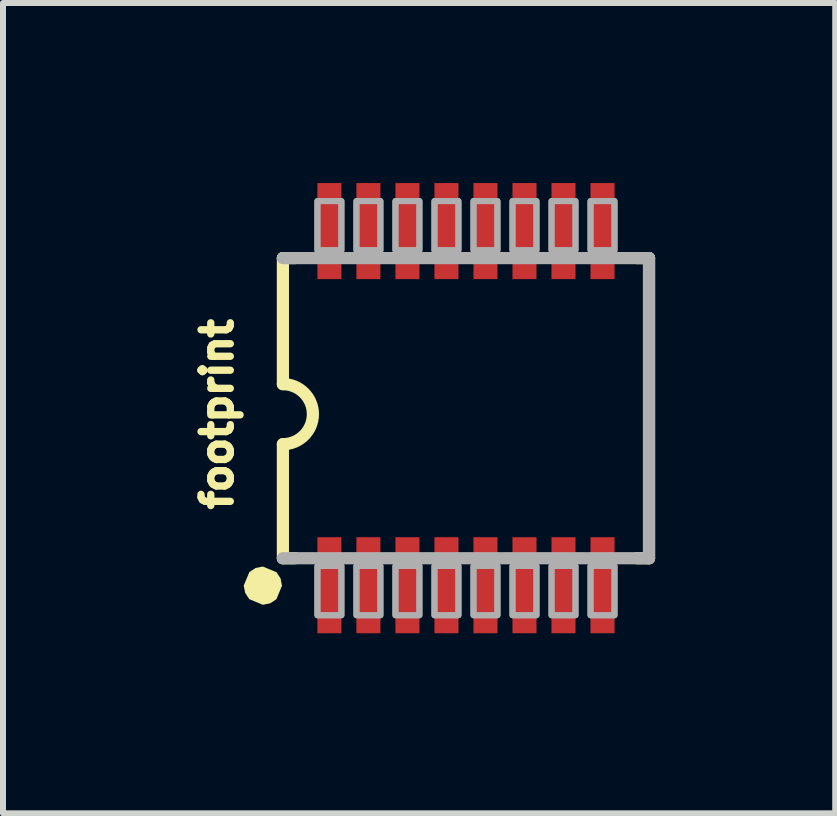
<source format=kicad_pcb>
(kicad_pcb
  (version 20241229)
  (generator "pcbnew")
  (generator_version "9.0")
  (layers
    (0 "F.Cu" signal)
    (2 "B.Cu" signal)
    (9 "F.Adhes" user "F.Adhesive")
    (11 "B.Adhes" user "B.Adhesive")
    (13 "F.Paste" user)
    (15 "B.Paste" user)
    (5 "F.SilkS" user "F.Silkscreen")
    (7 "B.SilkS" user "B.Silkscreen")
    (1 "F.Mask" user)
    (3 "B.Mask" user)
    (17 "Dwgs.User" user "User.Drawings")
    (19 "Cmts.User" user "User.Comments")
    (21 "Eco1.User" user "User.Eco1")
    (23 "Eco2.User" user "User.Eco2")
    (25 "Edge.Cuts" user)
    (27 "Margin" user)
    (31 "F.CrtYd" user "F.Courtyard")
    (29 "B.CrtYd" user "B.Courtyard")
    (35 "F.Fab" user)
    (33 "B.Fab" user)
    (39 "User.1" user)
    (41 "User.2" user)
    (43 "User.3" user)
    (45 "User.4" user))
  (footprint "footprint"
    (layer "F.Cu")
    (at 4.663 3.85)
    (property "Reference" "footprint" (at -3.81 0 90) (layer "F.SilkS") (effects (font (size 0.488 0.488) (thickness 0.122)) (justify bottom)))
    (fp_line (start -3 -2.6) (end -3 -0.5) (stroke (width 0.203) (type solid)) (layer "F.SilkS"))
    (fp_line (start -3 -2.6) (end -2.8 -2.6) (stroke (width 0.203) (type solid)) (layer "F.SilkS"))
    (fp_line (start -3 0.5) (end -3 2.4) (stroke (width 0.203) (type solid)) (layer "F.SilkS"))
    (fp_line (start -3 2.4) (end -2.8 2.4) (stroke (width 0.203) (type solid)) (layer "F.SilkS"))
    (fp_line (start 2.9 2.4) (end 3.1 2.4) (stroke (width 0.203) (type solid)) (layer "F.SilkS"))
    (fp_line (start 3.1 -2.6) (end 2.9 -2.6) (stroke (width 0.203) (type solid)) (layer "F.SilkS"))
    (fp_line (start 3.1 2.4) (end 3.1 -2.6) (stroke (width 0.203) (type solid)) (layer "F.SilkS"))
    (fp_arc (start -3 -0.5) (mid -2.5 0) (end -3 0.5) (stroke (width 0.2032) (type solid)) (layer "F.SilkS"))
    (fp_poly (pts (xy -3.108 2.632) (xy -3.039 2.736) (xy -3.015 2.858) (xy -3.108 3.083) (xy -3.212 3.152) (xy -3.334 3.176) (xy -3.559 3.083) (xy -3.628 2.979) (xy -3.653 2.857) (xy -3.559 2.632) (xy -3.456 2.563) (xy -3.334 2.539)) (stroke (width 0) (type solid)) (fill yes) (layer "F.SilkS"))
    (fp_line (start -3 -2.6) (end 3.1 -2.6) (stroke (width 0.203) (type solid)) (layer "F.Fab"))
    (fp_line (start 3.1 2.4) (end -3 2.4) (stroke (width 0.203) (type solid)) (layer "F.Fab"))
    (fp_line (start 3.1 2.4) (end 3.1 -2.6) (stroke (width 0.203) (type solid)) (layer "F.Fab"))
    (fp_poly (pts (xy -2.425 -2.73) (xy -2.025 -2.73) (xy -2.025 -3.55) (xy -2.425 -3.55)) (stroke (width 0.1) (type solid)) (fill no) (layer "F.Fab"))
    (fp_poly (pts (xy -2.425 -2.73) (xy -2.025 -2.73) (xy -2.025 -3.55) (xy -2.425 -3.55)) (stroke (width 0.1) (type solid)) (fill no) (layer "F.Fab"))
    (fp_poly (pts (xy -2.425 3.35) (xy -2.025 3.35) (xy -2.025 2.53) (xy -2.425 2.53)) (stroke (width 0.1) (type solid)) (fill no) (layer "F.Fab"))
    (fp_poly (pts (xy -2.425 3.35) (xy -2.025 3.35) (xy -2.025 2.53) (xy -2.425 2.53)) (stroke (width 0.1) (type solid)) (fill no) (layer "F.Fab"))
    (fp_poly (pts (xy -1.775 -2.73) (xy -1.375 -2.73) (xy -1.375 -3.55) (xy -1.775 -3.55)) (stroke (width 0.1) (type solid)) (fill no) (layer "F.Fab"))
    (fp_poly (pts (xy -1.775 -2.73) (xy -1.375 -2.73) (xy -1.375 -3.55) (xy -1.775 -3.55)) (stroke (width 0.1) (type solid)) (fill no) (layer "F.Fab"))
    (fp_poly (pts (xy -1.775 3.35) (xy -1.375 3.35) (xy -1.375 2.53) (xy -1.775 2.53)) (stroke (width 0.1) (type solid)) (fill no) (layer "F.Fab"))
    (fp_poly (pts (xy -1.775 3.35) (xy -1.375 3.35) (xy -1.375 2.53) (xy -1.775 2.53)) (stroke (width 0.1) (type solid)) (fill no) (layer "F.Fab"))
    (fp_poly (pts (xy -1.125 -2.73) (xy -0.725 -2.73) (xy -0.725 -3.55) (xy -1.125 -3.55)) (stroke (width 0.1) (type solid)) (fill no) (layer "F.Fab"))
    (fp_poly (pts (xy -1.125 -2.73) (xy -0.725 -2.73) (xy -0.725 -3.55) (xy -1.125 -3.55)) (stroke (width 0.1) (type solid)) (fill no) (layer "F.Fab"))
    (fp_poly (pts (xy -1.125 3.35) (xy -0.725 3.35) (xy -0.725 2.53) (xy -1.125 2.53)) (stroke (width 0.1) (type solid)) (fill no) (layer "F.Fab"))
    (fp_poly (pts (xy -1.125 3.35) (xy -0.725 3.35) (xy -0.725 2.53) (xy -1.125 2.53)) (stroke (width 0.1) (type solid)) (fill no) (layer "F.Fab"))
    (fp_poly (pts (xy -0.475 -2.73) (xy -0.075 -2.73) (xy -0.075 -3.55) (xy -0.475 -3.55)) (stroke (width 0.1) (type solid)) (fill no) (layer "F.Fab"))
    (fp_poly (pts (xy -0.475 -2.73) (xy -0.075 -2.73) (xy -0.075 -3.55) (xy -0.475 -3.55)) (stroke (width 0.1) (type solid)) (fill no) (layer "F.Fab"))
    (fp_poly (pts (xy -0.475 3.35) (xy -0.075 3.35) (xy -0.075 2.53) (xy -0.475 2.53)) (stroke (width 0.1) (type solid)) (fill no) (layer "F.Fab"))
    (fp_poly (pts (xy -0.475 3.35) (xy -0.075 3.35) (xy -0.075 2.53) (xy -0.475 2.53)) (stroke (width 0.1) (type solid)) (fill no) (layer "F.Fab"))
    (fp_poly (pts (xy 0.175 -2.73) (xy 0.575 -2.73) (xy 0.575 -3.55) (xy 0.175 -3.55)) (stroke (width 0.1) (type solid)) (fill no) (layer "F.Fab"))
    (fp_poly (pts (xy 0.175 -2.73) (xy 0.575 -2.73) (xy 0.575 -3.55) (xy 0.175 -3.55)) (stroke (width 0.1) (type solid)) (fill no) (layer "F.Fab"))
    (fp_poly (pts (xy 0.175 3.35) (xy 0.575 3.35) (xy 0.575 2.53) (xy 0.175 2.53)) (stroke (width 0.1) (type solid)) (fill no) (layer "F.Fab"))
    (fp_poly (pts (xy 0.175 3.35) (xy 0.575 3.35) (xy 0.575 2.53) (xy 0.175 2.53)) (stroke (width 0.1) (type solid)) (fill no) (layer "F.Fab"))
    (fp_poly (pts (xy 0.825 -2.73) (xy 1.225 -2.73) (xy 1.225 -3.55) (xy 0.825 -3.55)) (stroke (width 0.1) (type solid)) (fill no) (layer "F.Fab"))
    (fp_poly (pts (xy 0.825 -2.73) (xy 1.225 -2.73) (xy 1.225 -3.55) (xy 0.825 -3.55)) (stroke (width 0.1) (type solid)) (fill no) (layer "F.Fab"))
    (fp_poly (pts (xy 0.825 3.35) (xy 1.225 3.35) (xy 1.225 2.53) (xy 0.825 2.53)) (stroke (width 0.1) (type solid)) (fill no) (layer "F.Fab"))
    (fp_poly (pts (xy 0.825 3.35) (xy 1.225 3.35) (xy 1.225 2.53) (xy 0.825 2.53)) (stroke (width 0.1) (type solid)) (fill no) (layer "F.Fab"))
    (fp_poly (pts (xy 1.475 -2.73) (xy 1.875 -2.73) (xy 1.875 -3.55) (xy 1.475 -3.55)) (stroke (width 0.1) (type solid)) (fill no) (layer "F.Fab"))
    (fp_poly (pts (xy 1.475 -2.73) (xy 1.875 -2.73) (xy 1.875 -3.55) (xy 1.475 -3.55)) (stroke (width 0.1) (type solid)) (fill no) (layer "F.Fab"))
    (fp_poly (pts (xy 1.475 3.35) (xy 1.875 3.35) (xy 1.875 2.53) (xy 1.475 2.53)) (stroke (width 0.1) (type solid)) (fill no) (layer "F.Fab"))
    (fp_poly (pts (xy 1.475 3.35) (xy 1.875 3.35) (xy 1.875 2.53) (xy 1.475 2.53)) (stroke (width 0.1) (type solid)) (fill no) (layer "F.Fab"))
    (fp_poly (pts (xy 2.125 -2.73) (xy 2.525 -2.73) (xy 2.525 -3.55) (xy 2.125 -3.55)) (stroke (width 0.1) (type solid)) (fill no) (layer "F.Fab"))
    (fp_poly (pts (xy 2.125 -2.73) (xy 2.525 -2.73) (xy 2.525 -3.55) (xy 2.125 -3.55)) (stroke (width 0.1) (type solid)) (fill no) (layer "F.Fab"))
    (fp_poly (pts (xy 2.125 3.35) (xy 2.525 3.35) (xy 2.525 2.53) (xy 2.125 2.53)) (stroke (width 0.1) (type solid)) (fill no) (layer "F.Fab"))
    (fp_poly (pts (xy 2.125 3.35) (xy 2.525 3.35) (xy 2.525 2.53) (xy 2.125 2.53)) (stroke (width 0.1) (type solid)) (fill no) (layer "F.Fab"))
    (pad "1" smd rect (at -2.225 2.85) (size 0.4 1.6) (layers "F.Cu" "F.Mask" "F.Paste"))
    (pad "2" smd rect (at -1.575 2.85) (size 0.4 1.6) (layers "F.Cu" "F.Mask" "F.Paste"))
    (pad "3" smd rect (at -0.925 2.85) (size 0.4 1.6) (layers "F.Cu" "F.Mask" "F.Paste"))
    (pad "4" smd rect (at -0.275 2.85) (size 0.4 1.6) (layers "F.Cu" "F.Mask" "F.Paste"))
    (pad "5" smd rect (at 0.375 2.85) (size 0.4 1.6) (layers "F.Cu" "F.Mask" "F.Paste"))
    (pad "6" smd rect (at 1.025 2.85) (size 0.4 1.6) (layers "F.Cu" "F.Mask" "F.Paste"))
    (pad "7" smd rect (at 1.675 2.85) (size 0.4 1.6) (layers "F.Cu" "F.Mask" "F.Paste"))
    (pad "8" smd rect (at 2.325 2.85) (size 0.4 1.6) (layers "F.Cu" "F.Mask" "F.Paste"))
    (pad "9" smd rect (at 2.325 -3.05) (size 0.4 1.6) (layers "F.Cu" "F.Mask" "F.Paste"))
    (pad "10" smd rect (at 1.675 -3.05) (size 0.4 1.6) (layers "F.Cu" "F.Mask" "F.Paste"))
    (pad "11" smd rect (at 1.025 -3.05) (size 0.4 1.6) (layers "F.Cu" "F.Mask" "F.Paste"))
    (pad "12" smd rect (at 0.375 -3.05) (size 0.4 1.6) (layers "F.Cu" "F.Mask" "F.Paste"))
    (pad "13" smd rect (at -0.275 -3.05) (size 0.4 1.6) (layers "F.Cu" "F.Mask" "F.Paste"))
    (pad "14" smd rect (at -0.925 -3.05) (size 0.4 1.6) (layers "F.Cu" "F.Mask" "F.Paste"))
    (pad "15" smd rect (at -1.575 -3.05) (size 0.4 1.6) (layers "F.Cu" "F.Mask" "F.Paste"))
    (pad "16" smd rect (at -2.225 -3.05) (size 0.4 1.6) (layers "F.Cu" "F.Mask" "F.Paste")))
  (gr_rect
    (start -3 -3)
    (end 10.865 10.5)
    (stroke (width 0.1) (type default))
    (fill no)
    (layer "Edge.Cuts")))
</source>
